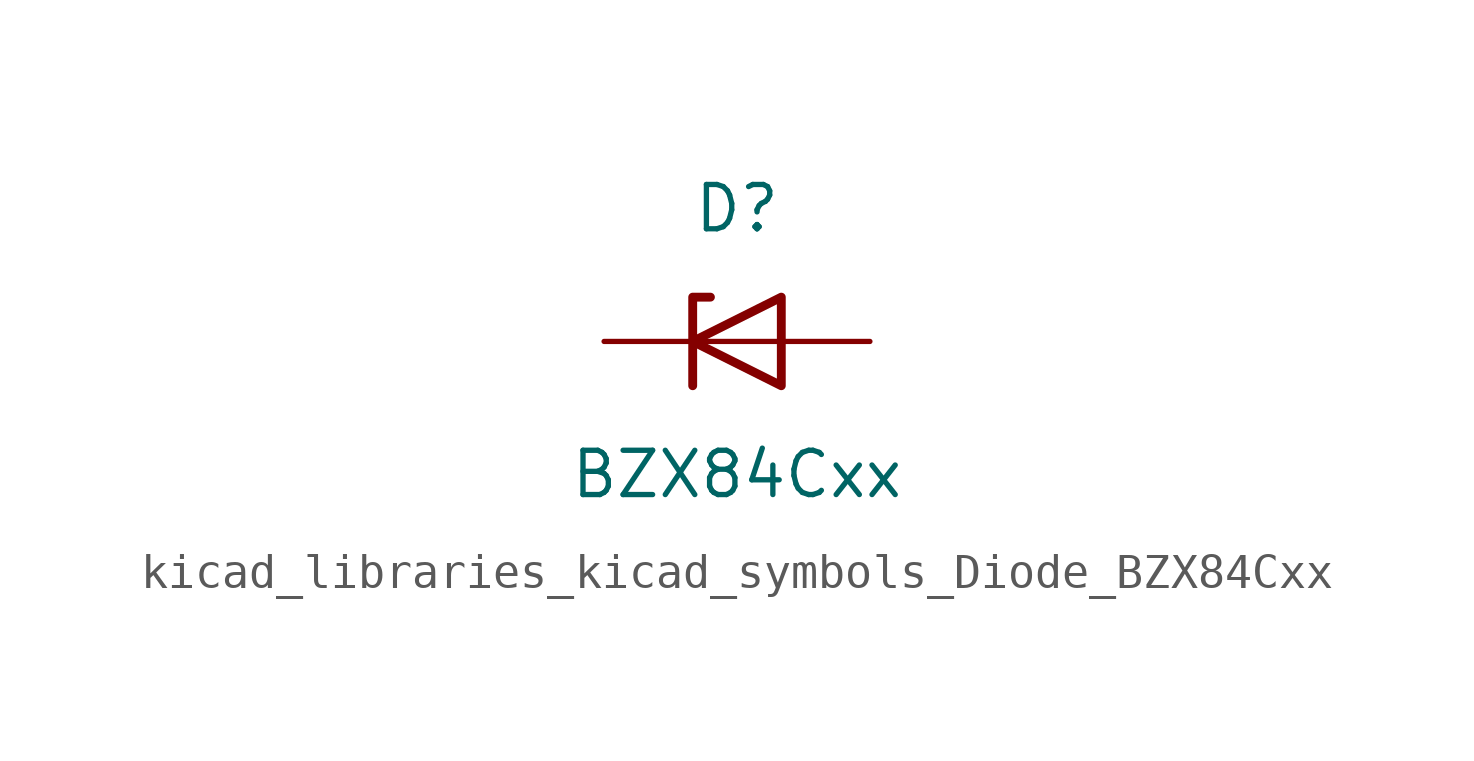
<source format=kicad_sym>
(kicad_symbol_lib
  (version 20220914)
  (generator kicad_symbol_editor)
  (symbol "kicad_libraries_kicad_symbols_Diode_BZX84Cxx"
    (pin_numbers hide)
    (pin_names hide)
    (property "Reference" "D"
      (at 0 3.81 0)
      (effects (font (size 1.27 1.27))))
    (property "Value" "BZX84Cxx"
      (at 0 -3.81 0)
      (effects (font (size 1.27 1.27))))
    (symbol "kicad_libraries_kicad_symbols_Diode_BZX84Cxx_0_1"
      (polyline (pts (xy 1.27 0) (xy -1.27 0)) (stroke (width 0) (type default)) (fill (type none)))
      (polyline (pts (xy -1.27 -1.27) (xy -1.27 1.27) (xy -0.762 1.27)) (stroke (width 0.254) (type default)) (fill (type none)))
      (polyline (pts (xy 1.27 -1.27) (xy 1.27 1.27) (xy -1.27 0) (xy 1.27 -1.27)) (stroke (width 0.254) (type default)) (fill (type none))))
    (symbol "kicad_libraries_kicad_symbols_Diode_BZX84Cxx_1_1"
      (pin passive line (at 3.81 0 180) (length 2.54) (name "A" (effects (font (size 1.27 1.27)))) (number "1" (effects (font (size 1.27 1.27)))))
      (pin no_connect line (at 1.27 0 180) (length 2.54) hide (name "NC" (effects (font (size 1.27 1.27)))) (number "2" (effects (font (size 1.27 1.27)))))
      (pin passive line (at -3.81 0 0) (length 2.54) (name "K" (effects (font (size 1.27 1.27)))) (number "3" (effects (font (size 1.27 1.27))))))))
</source>
